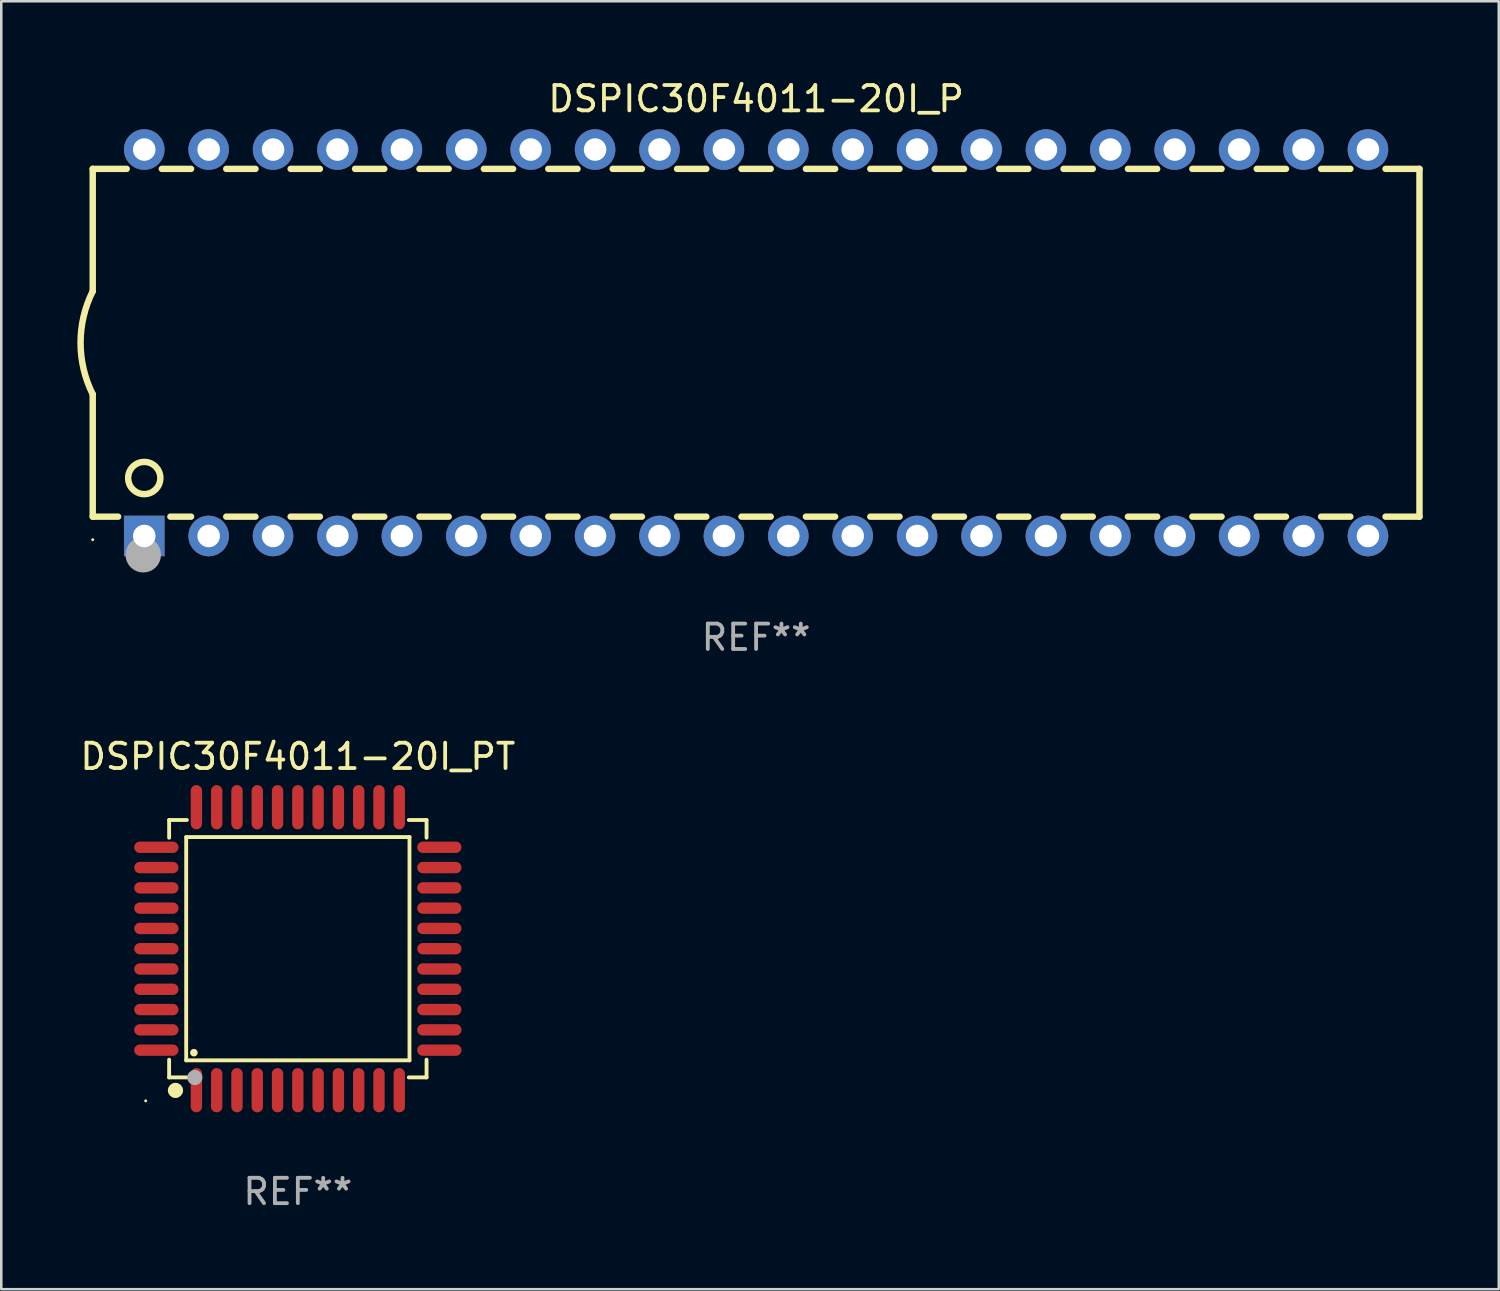
<source format=kicad_pcb>
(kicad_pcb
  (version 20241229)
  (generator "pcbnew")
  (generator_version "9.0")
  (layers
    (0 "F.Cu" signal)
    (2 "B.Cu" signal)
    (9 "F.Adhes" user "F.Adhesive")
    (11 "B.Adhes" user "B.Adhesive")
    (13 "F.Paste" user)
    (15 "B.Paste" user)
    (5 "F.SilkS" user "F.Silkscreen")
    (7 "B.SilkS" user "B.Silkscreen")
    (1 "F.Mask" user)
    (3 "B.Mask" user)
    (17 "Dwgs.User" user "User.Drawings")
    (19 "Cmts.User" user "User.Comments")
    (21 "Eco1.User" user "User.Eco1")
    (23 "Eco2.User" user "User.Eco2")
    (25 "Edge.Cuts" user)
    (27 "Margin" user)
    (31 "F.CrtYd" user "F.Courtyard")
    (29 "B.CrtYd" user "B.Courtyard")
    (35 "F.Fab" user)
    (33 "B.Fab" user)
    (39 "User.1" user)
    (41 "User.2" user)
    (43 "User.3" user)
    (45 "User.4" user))
  (footprint "DSPIC30F4011-20I_P"
    (layer "F.Cu")
    (at 26.769 10.468)
    (property "Reference" "DSPIC30F4011-20I_P" (at 0 -9.62 0) (layer "F.SilkS") (effects (font (size 1 1) (thickness 0.15))))
    (attr through_hole)
    (fp_line (start -26.162 -6.858) (end -26.162 -2.032) (stroke (width 0.254) (type solid)) (layer "F.SilkS"))
    (fp_line (start -26.162 6.858) (end -26.162 2.032) (stroke (width 0.254) (type solid)) (layer "F.SilkS"))
    (fp_line (start -26.162 6.858) (end -25.161 6.858) (stroke (width 0.254) (type solid)) (layer "F.SilkS"))
    (fp_line (start -24.824 -6.858) (end -26.162 -6.858) (stroke (width 0.254) (type solid)) (layer "F.SilkS"))
    (fp_line (start -23.099 6.858) (end -22.284 6.858) (stroke (width 0.254) (type solid)) (layer "F.SilkS"))
    (fp_line (start -22.284 -6.858) (end -23.436 -6.858) (stroke (width 0.254) (type solid)) (layer "F.SilkS"))
    (fp_line (start -20.896 6.858) (end -19.744 6.858) (stroke (width 0.254) (type solid)) (layer "F.SilkS"))
    (fp_line (start -19.744 -6.858) (end -20.896 -6.858) (stroke (width 0.254) (type solid)) (layer "F.SilkS"))
    (fp_line (start -18.356 6.858) (end -17.204 6.858) (stroke (width 0.254) (type solid)) (layer "F.SilkS"))
    (fp_line (start -17.204 -6.858) (end -18.356 -6.858) (stroke (width 0.254) (type solid)) (layer "F.SilkS"))
    (fp_line (start -15.816 6.858) (end -14.664 6.858) (stroke (width 0.254) (type solid)) (layer "F.SilkS"))
    (fp_line (start -14.664 -6.858) (end -15.816 -6.858) (stroke (width 0.254) (type solid)) (layer "F.SilkS"))
    (fp_line (start -13.276 6.858) (end -12.124 6.858) (stroke (width 0.254) (type solid)) (layer "F.SilkS"))
    (fp_line (start -12.124 -6.858) (end -13.276 -6.858) (stroke (width 0.254) (type solid)) (layer "F.SilkS"))
    (fp_line (start -10.736 6.858) (end -9.584 6.858) (stroke (width 0.254) (type solid)) (layer "F.SilkS"))
    (fp_line (start -9.584 -6.858) (end -10.736 -6.858) (stroke (width 0.254) (type solid)) (layer "F.SilkS"))
    (fp_line (start -8.196 6.858) (end -7.044 6.858) (stroke (width 0.254) (type solid)) (layer "F.SilkS"))
    (fp_line (start -7.044 -6.858) (end -8.196 -6.858) (stroke (width 0.254) (type solid)) (layer "F.SilkS"))
    (fp_line (start -5.656 6.858) (end -4.504 6.858) (stroke (width 0.254) (type solid)) (layer "F.SilkS"))
    (fp_line (start -4.504 -6.858) (end -5.656 -6.858) (stroke (width 0.254) (type solid)) (layer "F.SilkS"))
    (fp_line (start -3.116 6.858) (end -1.964 6.858) (stroke (width 0.254) (type solid)) (layer "F.SilkS"))
    (fp_line (start -1.964 -6.858) (end -3.116 -6.858) (stroke (width 0.254) (type solid)) (layer "F.SilkS"))
    (fp_line (start -0.576 6.858) (end 0.576 6.858) (stroke (width 0.254) (type solid)) (layer "F.SilkS"))
    (fp_line (start 0.576 -6.858) (end -0.576 -6.858) (stroke (width 0.254) (type solid)) (layer "F.SilkS"))
    (fp_line (start 1.964 6.858) (end 3.116 6.858) (stroke (width 0.254) (type solid)) (layer "F.SilkS"))
    (fp_line (start 3.116 -6.858) (end 1.964 -6.858) (stroke (width 0.254) (type solid)) (layer "F.SilkS"))
    (fp_line (start 4.504 6.858) (end 5.656 6.858) (stroke (width 0.254) (type solid)) (layer "F.SilkS"))
    (fp_line (start 5.656 -6.858) (end 4.504 -6.858) (stroke (width 0.254) (type solid)) (layer "F.SilkS"))
    (fp_line (start 7.044 6.858) (end 8.196 6.858) (stroke (width 0.254) (type solid)) (layer "F.SilkS"))
    (fp_line (start 8.196 -6.858) (end 7.044 -6.858) (stroke (width 0.254) (type solid)) (layer "F.SilkS"))
    (fp_line (start 9.584 6.858) (end 10.736 6.858) (stroke (width 0.254) (type solid)) (layer "F.SilkS"))
    (fp_line (start 10.736 -6.858) (end 9.584 -6.858) (stroke (width 0.254) (type solid)) (layer "F.SilkS"))
    (fp_line (start 12.124 6.858) (end 13.276 6.858) (stroke (width 0.254) (type solid)) (layer "F.SilkS"))
    (fp_line (start 13.276 -6.858) (end 12.124 -6.858) (stroke (width 0.254) (type solid)) (layer "F.SilkS"))
    (fp_line (start 14.664 6.858) (end 15.816 6.858) (stroke (width 0.254) (type solid)) (layer "F.SilkS"))
    (fp_line (start 15.816 -6.858) (end 14.664 -6.858) (stroke (width 0.254) (type solid)) (layer "F.SilkS"))
    (fp_line (start 17.204 6.858) (end 18.356 6.858) (stroke (width 0.254) (type solid)) (layer "F.SilkS"))
    (fp_line (start 18.356 -6.858) (end 17.204 -6.858) (stroke (width 0.254) (type solid)) (layer "F.SilkS"))
    (fp_line (start 19.744 6.858) (end 20.896 6.858) (stroke (width 0.254) (type solid)) (layer "F.SilkS"))
    (fp_line (start 20.896 -6.858) (end 19.744 -6.858) (stroke (width 0.254) (type solid)) (layer "F.SilkS"))
    (fp_line (start 22.284 6.858) (end 23.436 6.858) (stroke (width 0.254) (type solid)) (layer "F.SilkS"))
    (fp_line (start 23.436 -6.858) (end 22.284 -6.858) (stroke (width 0.254) (type solid)) (layer "F.SilkS"))
    (fp_line (start 24.824 6.858) (end 26.162 6.858) (stroke (width 0.254) (type solid)) (layer "F.SilkS"))
    (fp_line (start 26.162 -6.858) (end 24.824 -6.858) (stroke (width 0.254) (type solid)) (layer "F.SilkS"))
    (fp_line (start 26.162 -6.858) (end 26.162 6.858) (stroke (width 0.254) (type solid)) (layer "F.SilkS"))
    (fp_arc (start -26.162052 2.032004) (mid -26.641743 0) (end -26.162052 -2.032004) (stroke (width 0.254001) (type solid)) (layer "F.SilkS"))
    (fp_circle (center -26.162 7.765) (end -26.132 7.765) (stroke (width 0.06) (type solid)) (fill no) (layer "F.SilkS"))
    (fp_circle (center -24.13 5.334) (end -23.495 5.334) (stroke (width 0.254) (type solid)) (fill no) (layer "F.SilkS"))
    (fp_circle (center -24.17 8.36) (end -23.82 8.36) (stroke (width 0.7) (type solid)) (fill no) (layer "F.Fab"))
    (fp_text user "REF**" (at 0 11.62 0) (layer "F.Fab") (effects (font (size 1 1) (thickness 0.15))))
    (pad "1" thru_hole rect (at -24.13 7.62) (size 1.6 1.6) (drill 0.889) (layers "*.Cu" "*.Mask"))
    (pad "2" thru_hole circle (at -21.59 7.62) (size 1.6 1.6) (drill 0.889) (layers "*.Cu" "*.Mask"))
    (pad "3" thru_hole circle (at -19.05 7.62) (size 1.6 1.6) (drill 0.889) (layers "*.Cu" "*.Mask"))
    (pad "4" thru_hole circle (at -16.51 7.62) (size 1.6 1.6) (drill 0.889) (layers "*.Cu" "*.Mask"))
    (pad "5" thru_hole circle (at -13.97 7.62) (size 1.6 1.6) (drill 0.889) (layers "*.Cu" "*.Mask"))
    (pad "6" thru_hole circle (at -11.43 7.62) (size 1.6 1.6) (drill 0.889) (layers "*.Cu" "*.Mask"))
    (pad "7" thru_hole circle (at -8.89 7.62) (size 1.6 1.6) (drill 0.889) (layers "*.Cu" "*.Mask"))
    (pad "8" thru_hole circle (at -6.35 7.62) (size 1.6 1.6) (drill 0.889) (layers "*.Cu" "*.Mask"))
    (pad "9" thru_hole circle (at -3.81 7.62) (size 1.6 1.6) (drill 0.889) (layers "*.Cu" "*.Mask"))
    (pad "10" thru_hole circle (at -1.27 7.62) (size 1.6 1.6) (drill 0.889) (layers "*.Cu" "*.Mask"))
    (pad "11" thru_hole circle (at 1.27 7.62) (size 1.6 1.6) (drill 0.889) (layers "*.Cu" "*.Mask"))
    (pad "12" thru_hole circle (at 3.81 7.62) (size 1.6 1.6) (drill 0.889) (layers "*.Cu" "*.Mask"))
    (pad "13" thru_hole circle (at 6.35 7.62) (size 1.6 1.6) (drill 0.889) (layers "*.Cu" "*.Mask"))
    (pad "14" thru_hole circle (at 8.89 7.62) (size 1.6 1.6) (drill 0.889) (layers "*.Cu" "*.Mask"))
    (pad "15" thru_hole circle (at 11.43 7.62) (size 1.6 1.6) (drill 0.889) (layers "*.Cu" "*.Mask"))
    (pad "16" thru_hole circle (at 13.97 7.62) (size 1.6 1.6) (drill 0.889) (layers "*.Cu" "*.Mask"))
    (pad "17" thru_hole circle (at 16.51 7.62) (size 1.6 1.6) (drill 0.889) (layers "*.Cu" "*.Mask"))
    (pad "18" thru_hole circle (at 19.05 7.62) (size 1.6 1.6) (drill 0.889) (layers "*.Cu" "*.Mask"))
    (pad "19" thru_hole circle (at 21.59 7.62) (size 1.6 1.6) (drill 0.889) (layers "*.Cu" "*.Mask"))
    (pad "20" thru_hole circle (at 24.13 7.62) (size 1.6 1.6) (drill 0.889) (layers "*.Cu" "*.Mask"))
    (pad "21" thru_hole circle (at 24.13 -7.62) (size 1.6 1.6) (drill 0.889) (layers "*.Cu" "*.Mask"))
    (pad "22" thru_hole circle (at 21.59 -7.62) (size 1.6 1.6) (drill 0.889) (layers "*.Cu" "*.Mask"))
    (pad "23" thru_hole circle (at 19.05 -7.62) (size 1.6 1.6) (drill 0.889) (layers "*.Cu" "*.Mask"))
    (pad "24" thru_hole circle (at 16.51 -7.62) (size 1.6 1.6) (drill 0.889) (layers "*.Cu" "*.Mask"))
    (pad "25" thru_hole circle (at 13.97 -7.62) (size 1.6 1.6) (drill 0.889) (layers "*.Cu" "*.Mask"))
    (pad "26" thru_hole circle (at 11.43 -7.62) (size 1.6 1.6) (drill 0.889) (layers "*.Cu" "*.Mask"))
    (pad "27" thru_hole circle (at 8.89 -7.62) (size 1.6 1.6) (drill 0.889) (layers "*.Cu" "*.Mask"))
    (pad "28" thru_hole circle (at 6.35 -7.62) (size 1.6 1.6) (drill 0.889) (layers "*.Cu" "*.Mask"))
    (pad "29" thru_hole circle (at 3.81 -7.62) (size 1.6 1.6) (drill 0.889) (layers "*.Cu" "*.Mask"))
    (pad "30" thru_hole circle (at 1.27 -7.62) (size 1.6 1.6) (drill 0.889) (layers "*.Cu" "*.Mask"))
    (pad "31" thru_hole circle (at -1.27 -7.62) (size 1.6 1.6) (drill 0.889) (layers "*.Cu" "*.Mask"))
    (pad "32" thru_hole circle (at -3.81 -7.62) (size 1.6 1.6) (drill 0.889) (layers "*.Cu" "*.Mask"))
    (pad "33" thru_hole circle (at -6.35 -7.62) (size 1.6 1.6) (drill 0.889) (layers "*.Cu" "*.Mask"))
    (pad "34" thru_hole circle (at -8.89 -7.62) (size 1.6 1.6) (drill 0.889) (layers "*.Cu" "*.Mask"))
    (pad "35" thru_hole circle (at -11.43 -7.62) (size 1.6 1.6) (drill 0.889) (layers "*.Cu" "*.Mask"))
    (pad "36" thru_hole circle (at -13.97 -7.62) (size 1.6 1.6) (drill 0.889) (layers "*.Cu" "*.Mask"))
    (pad "37" thru_hole circle (at -16.51 -7.62) (size 1.6 1.6) (drill 0.889) (layers "*.Cu" "*.Mask"))
    (pad "38" thru_hole circle (at -19.05 -7.62) (size 1.6 1.6) (drill 0.889) (layers "*.Cu" "*.Mask"))
    (pad "39" thru_hole circle (at -21.59 -7.62) (size 1.6 1.6) (drill 0.889) (layers "*.Cu" "*.Mask"))
    (pad "40" thru_hole circle (at -24.13 -7.62) (size 1.6 1.6) (drill 0.889) (layers "*.Cu" "*.Mask")))
  (footprint "DSPIC30F4011-20I_PT"
    (layer "F.Cu")
    (at 8.696 34.365)
    (property "Reference" "DSPIC30F4011-20I_PT" (at 0 -7.58 0) (layer "F.SilkS") (effects (font (size 1 1) (thickness 0.15))))
    (attr through_hole)
    (fp_line (start -5.076 -5.076) (end -5.076 -4.376) (stroke (width 0.152) (type solid)) (layer "F.SilkS"))
    (fp_line (start -5.076 5.076) (end -5.076 4.376) (stroke (width 0.152) (type solid)) (layer "F.SilkS"))
    (fp_line (start -4.403 -4.403) (end 4.403 -4.403) (stroke (width 0.152) (type solid)) (layer "F.SilkS"))
    (fp_line (start -4.403 4.403) (end -4.403 -4.403) (stroke (width 0.152) (type solid)) (layer "F.SilkS"))
    (fp_line (start -4.376 -5.076) (end -5.076 -5.076) (stroke (width 0.152) (type solid)) (layer "F.SilkS"))
    (fp_line (start -4.376 5.076) (end -5.076 5.076) (stroke (width 0.152) (type solid)) (layer "F.SilkS"))
    (fp_line (start 4.376 -5.076) (end 5.076 -5.076) (stroke (width 0.152) (type solid)) (layer "F.SilkS"))
    (fp_line (start 4.376 5.076) (end 5.076 5.076) (stroke (width 0.152) (type solid)) (layer "F.SilkS"))
    (fp_line (start 4.403 -4.403) (end 4.403 4.403) (stroke (width 0.152) (type solid)) (layer "F.SilkS"))
    (fp_line (start 4.403 4.403) (end -4.403 4.403) (stroke (width 0.152) (type solid)) (layer "F.SilkS"))
    (fp_line (start 5.076 -5.076) (end 5.076 -4.376) (stroke (width 0.152) (type solid)) (layer "F.SilkS"))
    (fp_line (start 5.076 5.076) (end 5.076 4.376) (stroke (width 0.152) (type solid)) (layer "F.SilkS"))
    (fp_circle (center -6 6) (end -5.97 6) (stroke (width 0.06) (type solid)) (fill no) (layer "F.SilkS"))
    (fp_circle (center -4.826 5.588) (end -4.676 5.588) (stroke (width 0.3) (type solid)) (fill no) (layer "F.SilkS"))
    (fp_circle (center -4.1 4.1) (end -4.025 4.1) (stroke (width 0.15) (type solid)) (fill no) (layer "F.SilkS"))
    (fp_circle (center -4.064 5.08) (end -3.914 5.08) (stroke (width 0.3) (type solid)) (fill no) (layer "F.Fab"))
    (fp_text user "REF**" (at 0 9.58 0) (layer "F.Fab") (effects (font (size 1 1) (thickness 0.15))))
    (pad "1" smd oval (at -4 5.58) (size 0.448 1.745) (layers "F.Cu" "F.Mask" "F.Paste"))
    (pad "2" smd oval (at -3.2 5.58) (size 0.448 1.745) (layers "F.Cu" "F.Mask" "F.Paste"))
    (pad "3" smd oval (at -2.4 5.58) (size 0.448 1.745) (layers "F.Cu" "F.Mask" "F.Paste"))
    (pad "4" smd oval (at -1.6 5.58) (size 0.448 1.745) (layers "F.Cu" "F.Mask" "F.Paste"))
    (pad "5" smd oval (at -0.8 5.58) (size 0.448 1.745) (layers "F.Cu" "F.Mask" "F.Paste"))
    (pad "6" smd oval (at 0 5.58) (size 0.448 1.745) (layers "F.Cu" "F.Mask" "F.Paste"))
    (pad "7" smd oval (at 0.8 5.58) (size 0.448 1.745) (layers "F.Cu" "F.Mask" "F.Paste"))
    (pad "8" smd oval (at 1.6 5.58) (size 0.448 1.745) (layers "F.Cu" "F.Mask" "F.Paste"))
    (pad "9" smd oval (at 2.4 5.58) (size 0.448 1.745) (layers "F.Cu" "F.Mask" "F.Paste"))
    (pad "10" smd oval (at 3.2 5.58) (size 0.448 1.745) (layers "F.Cu" "F.Mask" "F.Paste"))
    (pad "11" smd oval (at 4 5.58) (size 0.448 1.745) (layers "F.Cu" "F.Mask" "F.Paste"))
    (pad "12" smd oval (at 5.58 4) (size 1.745 0.448) (layers "F.Cu" "F.Mask" "F.Paste"))
    (pad "13" smd oval (at 5.58 3.2) (size 1.745 0.448) (layers "F.Cu" "F.Mask" "F.Paste"))
    (pad "14" smd oval (at 5.58 2.4) (size 1.745 0.448) (layers "F.Cu" "F.Mask" "F.Paste"))
    (pad "15" smd oval (at 5.58 1.6) (size 1.745 0.448) (layers "F.Cu" "F.Mask" "F.Paste"))
    (pad "16" smd oval (at 5.58 0.8) (size 1.745 0.448) (layers "F.Cu" "F.Mask" "F.Paste"))
    (pad "17" smd oval (at 5.58 0) (size 1.745 0.448) (layers "F.Cu" "F.Mask" "F.Paste"))
    (pad "18" smd oval (at 5.58 -0.8) (size 1.745 0.448) (layers "F.Cu" "F.Mask" "F.Paste"))
    (pad "19" smd oval (at 5.58 -1.6) (size 1.745 0.448) (layers "F.Cu" "F.Mask" "F.Paste"))
    (pad "20" smd oval (at 5.58 -2.4) (size 1.745 0.448) (layers "F.Cu" "F.Mask" "F.Paste"))
    (pad "21" smd oval (at 5.58 -3.2) (size 1.745 0.448) (layers "F.Cu" "F.Mask" "F.Paste"))
    (pad "22" smd oval (at 5.58 -4) (size 1.745 0.448) (layers "F.Cu" "F.Mask" "F.Paste"))
    (pad "23" smd oval (at 4 -5.58) (size 0.448 1.745) (layers "F.Cu" "F.Mask" "F.Paste"))
    (pad "24" smd oval (at 3.2 -5.58) (size 0.448 1.745) (layers "F.Cu" "F.Mask" "F.Paste"))
    (pad "25" smd oval (at 2.4 -5.58) (size 0.448 1.745) (layers "F.Cu" "F.Mask" "F.Paste"))
    (pad "26" smd oval (at 1.6 -5.58) (size 0.448 1.745) (layers "F.Cu" "F.Mask" "F.Paste"))
    (pad "27" smd oval (at 0.8 -5.58) (size 0.448 1.745) (layers "F.Cu" "F.Mask" "F.Paste"))
    (pad "28" smd oval (at 0 -5.58) (size 0.448 1.745) (layers "F.Cu" "F.Mask" "F.Paste"))
    (pad "29" smd oval (at -0.8 -5.58) (size 0.448 1.745) (layers "F.Cu" "F.Mask" "F.Paste"))
    (pad "30" smd oval (at -1.6 -5.58) (size 0.448 1.745) (layers "F.Cu" "F.Mask" "F.Paste"))
    (pad "31" smd oval (at -2.4 -5.58) (size 0.448 1.745) (layers "F.Cu" "F.Mask" "F.Paste"))
    (pad "32" smd oval (at -3.2 -5.58) (size 0.448 1.745) (layers "F.Cu" "F.Mask" "F.Paste"))
    (pad "33" smd oval (at -4 -5.58) (size 0.448 1.745) (layers "F.Cu" "F.Mask" "F.Paste"))
    (pad "34" smd oval (at -5.58 -4) (size 1.745 0.448) (layers "F.Cu" "F.Mask" "F.Paste"))
    (pad "35" smd oval (at -5.58 -3.2) (size 1.745 0.448) (layers "F.Cu" "F.Mask" "F.Paste"))
    (pad "36" smd oval (at -5.58 -2.4) (size 1.745 0.448) (layers "F.Cu" "F.Mask" "F.Paste"))
    (pad "37" smd oval (at -5.58 -1.6) (size 1.745 0.448) (layers "F.Cu" "F.Mask" "F.Paste"))
    (pad "38" smd oval (at -5.58 -0.8) (size 1.745 0.448) (layers "F.Cu" "F.Mask" "F.Paste"))
    (pad "39" smd oval (at -5.58 0) (size 1.745 0.448) (layers "F.Cu" "F.Mask" "F.Paste"))
    (pad "40" smd oval (at -5.58 0.8) (size 1.745 0.448) (layers "F.Cu" "F.Mask" "F.Paste"))
    (pad "41" smd oval (at -5.58 1.6) (size 1.745 0.448) (layers "F.Cu" "F.Mask" "F.Paste"))
    (pad "42" smd oval (at -5.58 2.4) (size 1.745 0.448) (layers "F.Cu" "F.Mask" "F.Paste"))
    (pad "43" smd oval (at -5.58 3.2) (size 1.745 0.448) (layers "F.Cu" "F.Mask" "F.Paste"))
    (pad "44" smd oval (at -5.58 4) (size 1.745 0.448) (layers "F.Cu" "F.Mask" "F.Paste")))
  (gr_rect
    (start -3 -3)
    (end 56.058 47.793)
    (stroke (width 0.1) (type default))
    (fill no)
    (layer "Edge.Cuts")))
</source>
